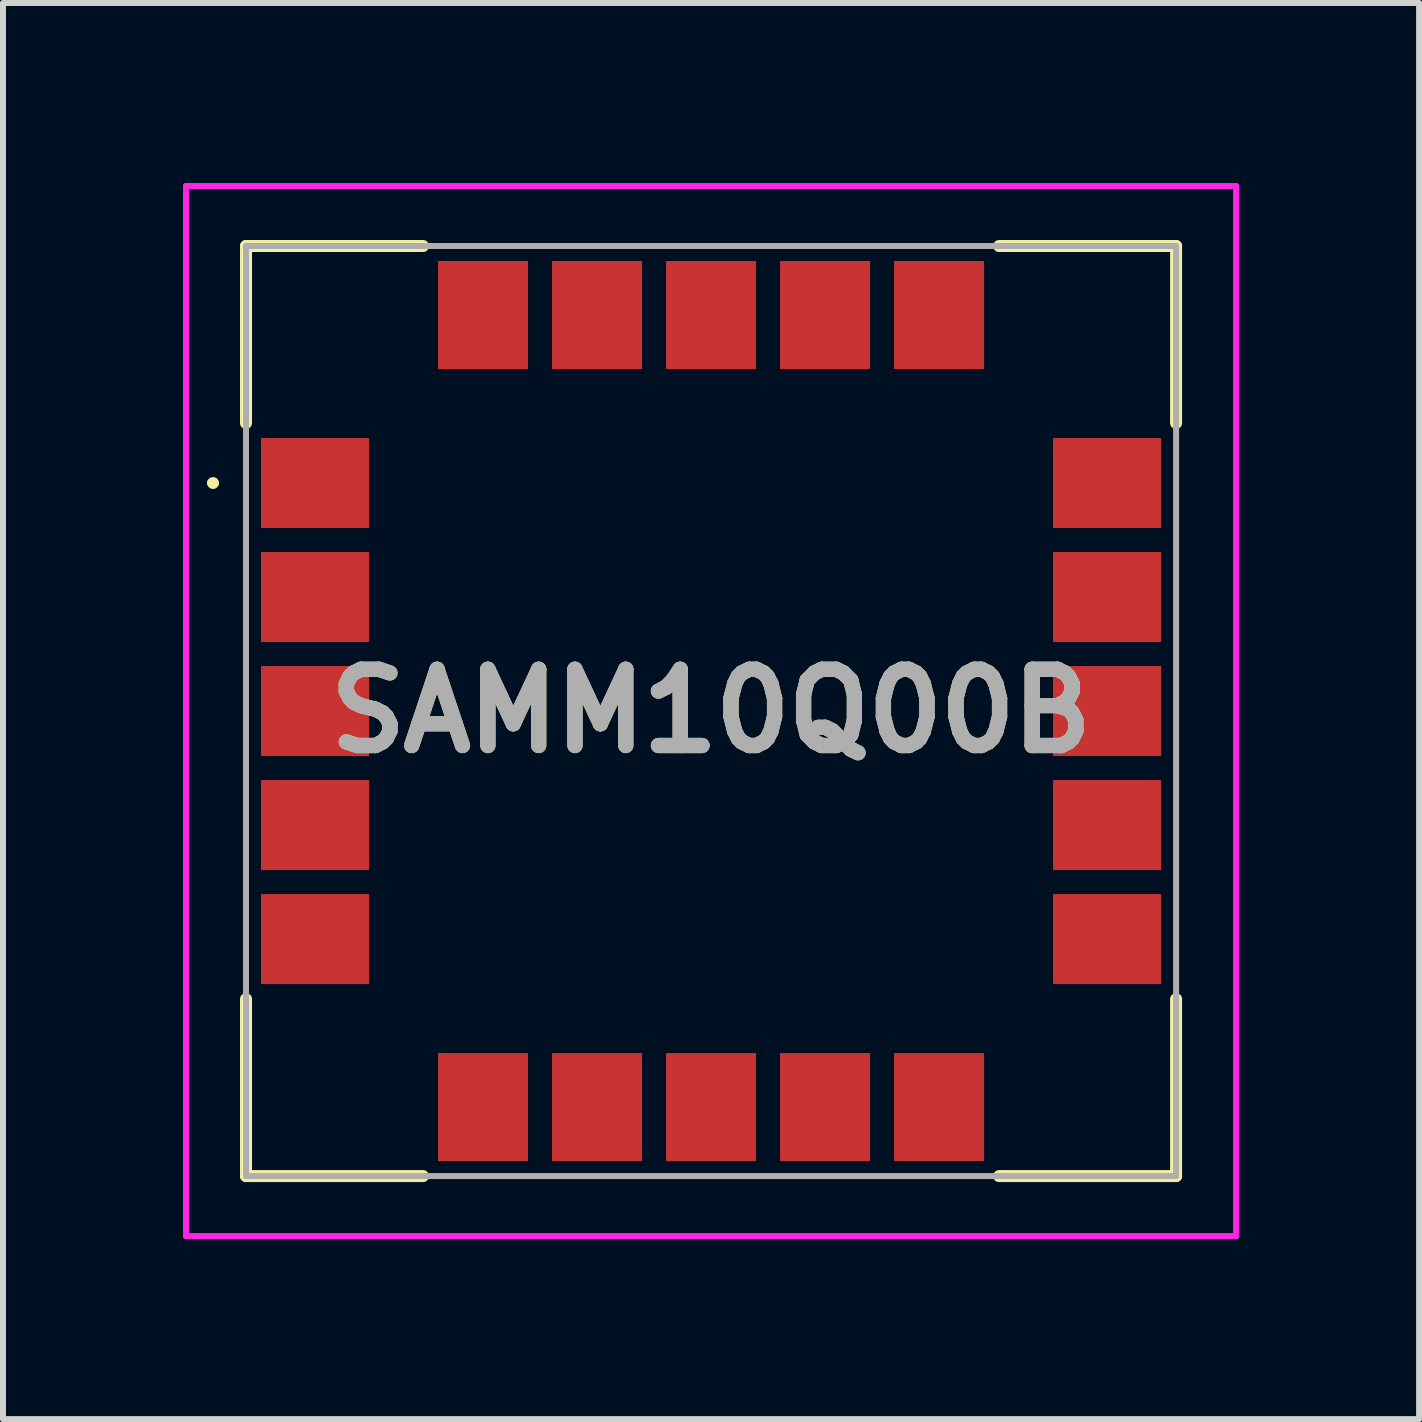
<source format=kicad_pcb>
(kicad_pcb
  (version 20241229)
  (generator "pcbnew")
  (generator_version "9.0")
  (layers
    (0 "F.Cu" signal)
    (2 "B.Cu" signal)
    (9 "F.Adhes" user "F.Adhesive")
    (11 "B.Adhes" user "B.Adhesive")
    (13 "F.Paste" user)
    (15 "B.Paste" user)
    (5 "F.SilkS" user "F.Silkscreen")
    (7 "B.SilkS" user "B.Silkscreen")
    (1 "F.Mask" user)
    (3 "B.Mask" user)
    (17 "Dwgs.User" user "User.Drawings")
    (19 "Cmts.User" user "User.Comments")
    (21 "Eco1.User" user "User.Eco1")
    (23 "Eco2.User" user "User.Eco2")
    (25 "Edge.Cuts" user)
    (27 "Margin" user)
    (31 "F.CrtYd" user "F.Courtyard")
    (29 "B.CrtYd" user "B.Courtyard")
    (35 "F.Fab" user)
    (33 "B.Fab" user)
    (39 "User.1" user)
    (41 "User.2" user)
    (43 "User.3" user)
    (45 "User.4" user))
  (footprint "SAMM10Q00B"
    (layer "F.Cu")
    (at 8.8 8.8)
    (property "Reference" "SAMM10Q00B" (at 0 0 0) (layer "F.SilkS") (effects (font (size 1.27 1.27) (thickness 0.254))))
    (attr smd)
    (fp_line (start -8.35 -3.8) (end -8.35 -3.8) (stroke (width 0.1) (type solid)) (layer "F.SilkS"))
    (fp_line (start -8.25 -3.8) (end -8.25 -3.8) (stroke (width 0.1) (type solid)) (layer "F.SilkS"))
    (fp_line (start -7.75 -7.75) (end -4.8 -7.75) (stroke (width 0.2) (type solid)) (layer "F.SilkS"))
    (fp_line (start -7.75 -4.8) (end -7.75 -7.75) (stroke (width 0.2) (type solid)) (layer "F.SilkS"))
    (fp_line (start -7.75 4.8) (end -7.75 7.75) (stroke (width 0.2) (type solid)) (layer "F.SilkS"))
    (fp_line (start -7.75 7.75) (end -4.8 7.75) (stroke (width 0.2) (type solid)) (layer "F.SilkS"))
    (fp_line (start 4.8 -7.75) (end 7.75 -7.75) (stroke (width 0.2) (type solid)) (layer "F.SilkS"))
    (fp_line (start 7.75 -7.75) (end 7.75 -4.8) (stroke (width 0.2) (type solid)) (layer "F.SilkS"))
    (fp_line (start 7.75 4.8) (end 7.75 7.75) (stroke (width 0.2) (type solid)) (layer "F.SilkS"))
    (fp_line (start 7.75 7.75) (end 4.8 7.75) (stroke (width 0.2) (type solid)) (layer "F.SilkS"))
    (fp_arc (start -8.35 -3.8) (mid -8.3 -3.85) (end -8.25 -3.8) (stroke (width 0.1) (type solid)) (layer "F.SilkS"))
    (fp_arc (start -8.25 -3.8) (mid -8.3 -3.75) (end -8.35 -3.8) (stroke (width 0.1) (type solid)) (layer "F.SilkS"))
    (fp_line (start -8.75 -8.75) (end 8.75 -8.75) (stroke (width 0.1) (type solid)) (layer "F.CrtYd"))
    (fp_line (start -8.75 8.75) (end -8.75 -8.75) (stroke (width 0.1) (type solid)) (layer "F.CrtYd"))
    (fp_line (start 8.75 -8.75) (end 8.75 8.75) (stroke (width 0.1) (type solid)) (layer "F.CrtYd"))
    (fp_line (start 8.75 8.75) (end -8.75 8.75) (stroke (width 0.1) (type solid)) (layer "F.CrtYd"))
    (fp_line (start -7.75 -7.75) (end 7.75 -7.75) (stroke (width 0.1) (type solid)) (layer "F.Fab"))
    (fp_line (start -7.75 7.75) (end -7.75 -7.75) (stroke (width 0.1) (type solid)) (layer "F.Fab"))
    (fp_line (start 7.75 -7.75) (end 7.75 7.75) (stroke (width 0.1) (type solid)) (layer "F.Fab"))
    (fp_line (start 7.75 7.75) (end -7.75 7.75) (stroke (width 0.1) (type solid)) (layer "F.Fab"))
    (fp_text user "${REFERENCE}" (at 0 0 0) (layer "F.Fab") (effects (font (size 1.27 1.27) (thickness 0.254))))
    (pad "1" smd rect (at -6.6 -3.8 90) (size 1.5 1.8) (layers "F.Cu" "F.Mask" "F.Paste"))
    (pad "2" smd rect (at -6.6 -1.9 90) (size 1.5 1.8) (layers "F.Cu" "F.Mask" "F.Paste"))
    (pad "3" smd rect (at -6.6 0 90) (size 1.5 1.8) (layers "F.Cu" "F.Mask" "F.Paste"))
    (pad "4" smd rect (at -6.6 1.9 90) (size 1.5 1.8) (layers "F.Cu" "F.Mask" "F.Paste"))
    (pad "5" smd rect (at -6.6 3.8 90) (size 1.5 1.8) (layers "F.Cu" "F.Mask" "F.Paste"))
    (pad "6" smd rect (at -3.8 6.6) (size 1.5 1.8) (layers "F.Cu" "F.Mask" "F.Paste"))
    (pad "7" smd rect (at -1.9 6.6) (size 1.5 1.8) (layers "F.Cu" "F.Mask" "F.Paste"))
    (pad "8" smd rect (at 0 6.6) (size 1.5 1.8) (layers "F.Cu" "F.Mask" "F.Paste"))
    (pad "9" smd rect (at 1.9 6.6) (size 1.5 1.8) (layers "F.Cu" "F.Mask" "F.Paste"))
    (pad "10" smd rect (at 3.8 6.6) (size 1.5 1.8) (layers "F.Cu" "F.Mask" "F.Paste"))
    (pad "11" smd rect (at 6.6 3.8 90) (size 1.5 1.8) (layers "F.Cu" "F.Mask" "F.Paste"))
    (pad "12" smd rect (at 6.6 1.9 90) (size 1.5 1.8) (layers "F.Cu" "F.Mask" "F.Paste"))
    (pad "13" smd rect (at 6.6 0 90) (size 1.5 1.8) (layers "F.Cu" "F.Mask" "F.Paste"))
    (pad "14" smd rect (at 6.6 -1.9 90) (size 1.5 1.8) (layers "F.Cu" "F.Mask" "F.Paste"))
    (pad "15" smd rect (at 6.6 -3.8 90) (size 1.5 1.8) (layers "F.Cu" "F.Mask" "F.Paste"))
    (pad "16" smd rect (at 3.8 -6.6) (size 1.5 1.8) (layers "F.Cu" "F.Mask" "F.Paste"))
    (pad "17" smd rect (at 1.9 -6.6) (size 1.5 1.8) (layers "F.Cu" "F.Mask" "F.Paste"))
    (pad "18" smd rect (at 0 -6.6) (size 1.5 1.8) (layers "F.Cu" "F.Mask" "F.Paste"))
    (pad "19" smd rect (at -1.9 -6.6) (size 1.5 1.8) (layers "F.Cu" "F.Mask" "F.Paste"))
    (pad "20" smd rect (at -3.8 -6.6) (size 1.5 1.8) (layers "F.Cu" "F.Mask" "F.Paste")))
  (gr_rect
    (start -3 -3)
    (end 20.6 20.6)
    (stroke (width 0.1) (type default))
    (fill no)
    (layer "Edge.Cuts")))
</source>
